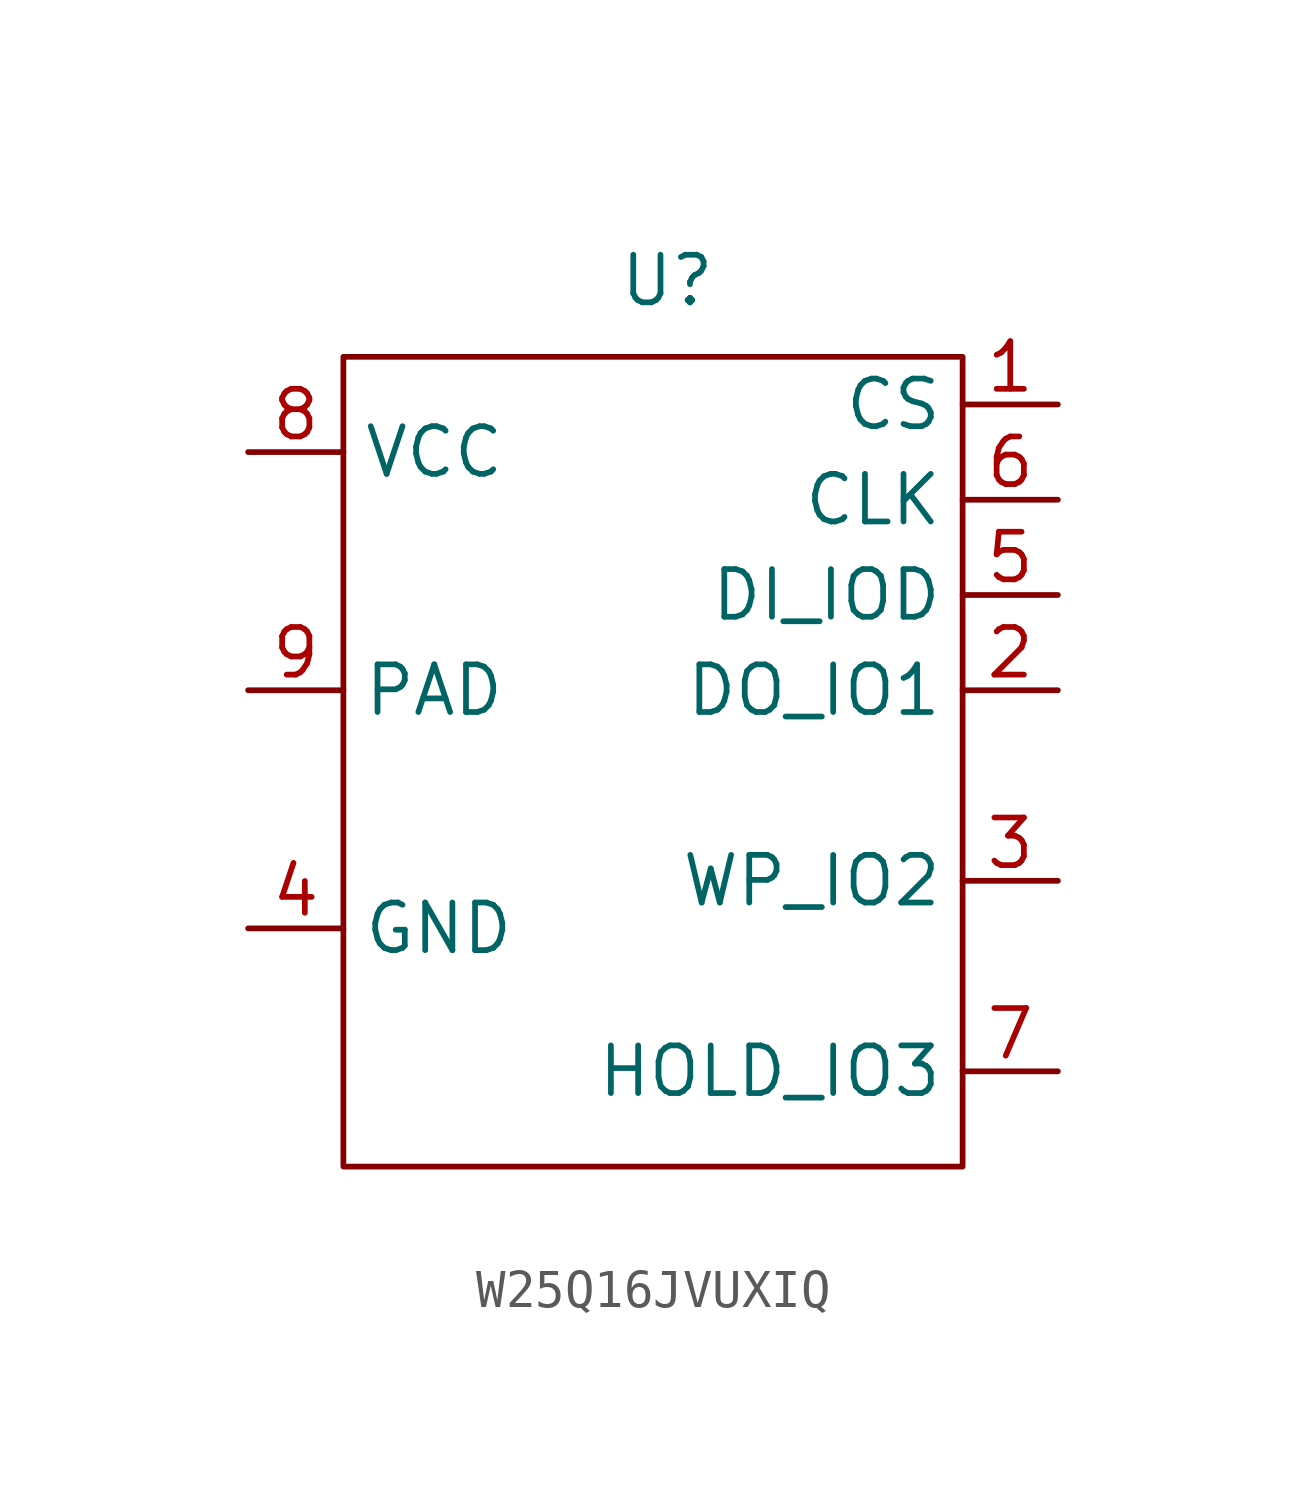
<source format=kicad_sym>
(kicad_symbol_lib
  (version 20241209)
  (generator "kicad_symbol_editor")
  (generator_version "9.0")
  (symbol "W25Q16JVUXIQ"
    (property "Reference" "U"
      (at -0.254 12.192 0)
      (effects (font (size 1.27 1.27))))
    (property "Value" ""
      (at 0 0 0)
      (effects (font (size 1.27 1.27))))
    (symbol "W25Q16JVUXIQ_0_1"
      (rectangle (start -8.89 10.16) (end 7.62 -11.43) (stroke (width 0) (type default)) (fill (type none))))
    (symbol "W25Q16JVUXIQ_1_1"
      (pin power_in line (at -11.43 7.62 0) (length 2.54) (name "VCC" (effects (font (size 1.27 1.27)))) (number "8" (effects (font (size 1.27 1.27)))))
      (pin passive line (at -11.43 1.27 0) (length 2.54) (name "PAD" (effects (font (size 1.27 1.27)))) (number "9" (effects (font (size 1.27 1.27)))))
      (pin passive line (at -11.43 -5.08 0) (length 2.54) (name "GND" (effects (font (size 1.27 1.27)))) (number "4" (effects (font (size 1.27 1.27)))))
      (pin passive line (at 10.16 8.89 180) (length 2.54) (name "CS" (effects (font (size 1.27 1.27)))) (number "1" (effects (font (size 1.27 1.27)))))
      (pin passive line (at 10.16 6.35 180) (length 2.54) (name "CLK" (effects (font (size 1.27 1.27)))) (number "6" (effects (font (size 1.27 1.27)))))
      (pin passive line (at 10.16 3.81 180) (length 2.54) (name "DI_IOD" (effects (font (size 1.27 1.27)))) (number "5" (effects (font (size 1.27 1.27)))))
      (pin passive line (at 10.16 1.27 180) (length 2.54) (name "DO_IO1" (effects (font (size 1.27 1.27)))) (number "2" (effects (font (size 1.27 1.27)))))
      (pin passive line (at 10.16 -3.81 180) (length 2.54) (name "WP_IO2" (effects (font (size 1.27 1.27)))) (number "3" (effects (font (size 1.27 1.27)))))
      (pin passive line (at 10.16 -8.89 180) (length 2.54) (name "HOLD_IO3" (effects (font (size 1.27 1.27)))) (number "7" (effects (font (size 1.27 1.27))))))))
</source>
